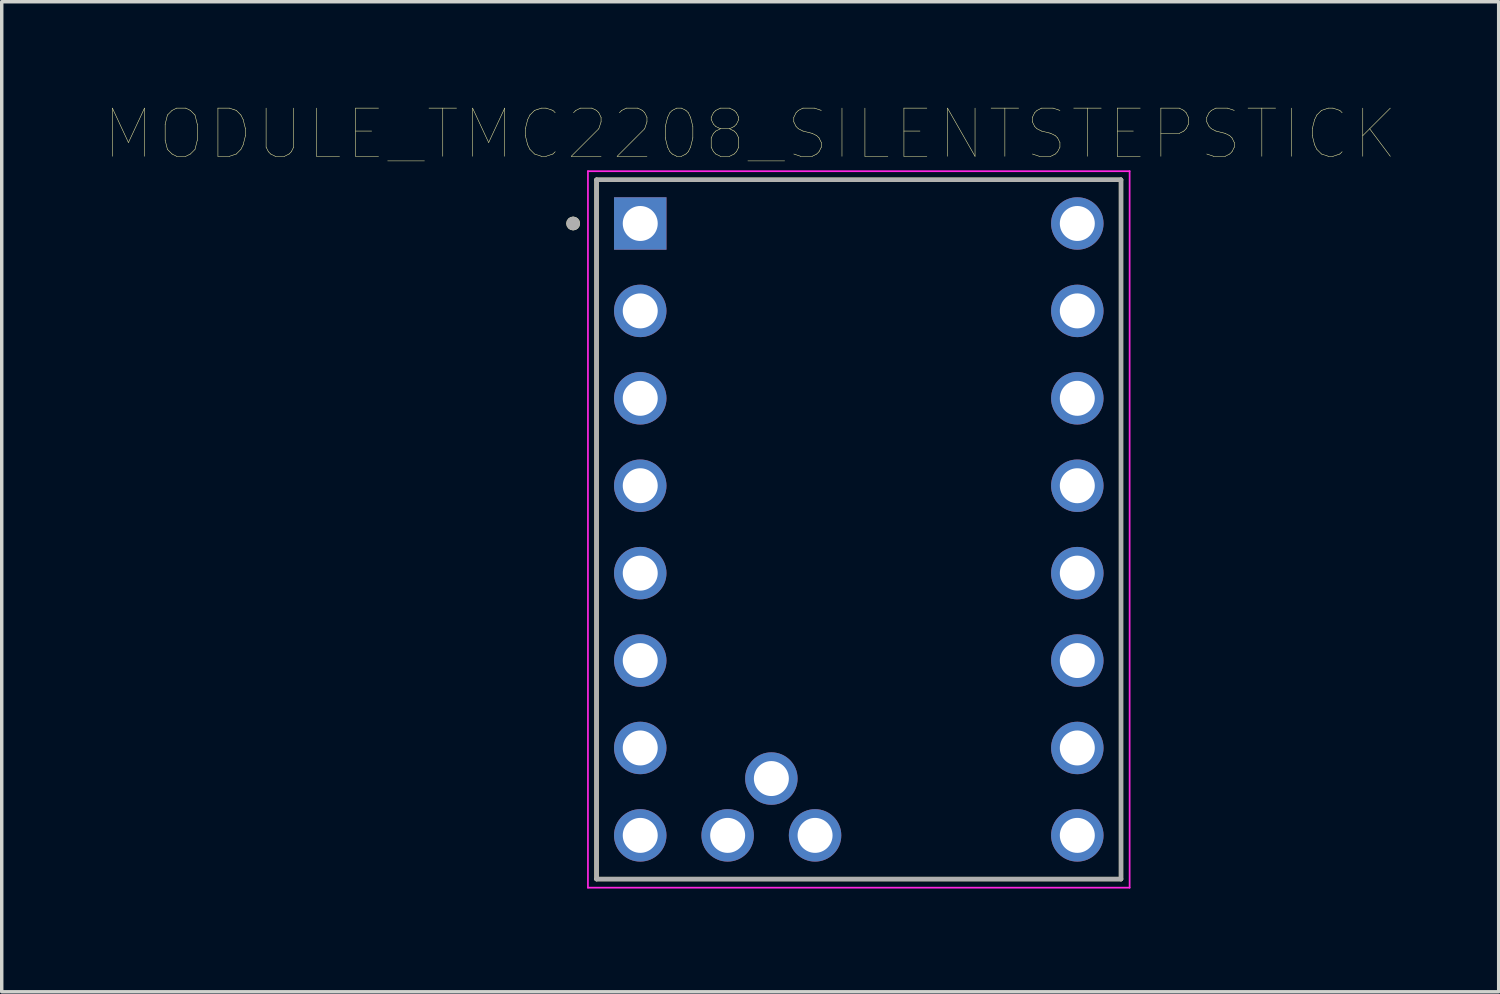
<source format=kicad_pcb>
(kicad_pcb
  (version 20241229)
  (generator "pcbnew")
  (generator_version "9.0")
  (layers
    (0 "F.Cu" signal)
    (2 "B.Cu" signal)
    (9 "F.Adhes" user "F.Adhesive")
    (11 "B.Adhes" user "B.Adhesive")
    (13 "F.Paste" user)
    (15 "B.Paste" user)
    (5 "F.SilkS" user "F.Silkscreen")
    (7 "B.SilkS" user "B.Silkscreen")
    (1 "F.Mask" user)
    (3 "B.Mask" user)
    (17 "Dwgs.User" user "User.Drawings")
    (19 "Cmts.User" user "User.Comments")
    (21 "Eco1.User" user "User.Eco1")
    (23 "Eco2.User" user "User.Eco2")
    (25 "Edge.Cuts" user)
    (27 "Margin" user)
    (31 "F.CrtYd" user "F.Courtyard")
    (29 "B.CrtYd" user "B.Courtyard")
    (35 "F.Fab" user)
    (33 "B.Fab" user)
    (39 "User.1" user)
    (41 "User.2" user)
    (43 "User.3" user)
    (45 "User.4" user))
  (footprint "MODULE_TMC2208_SILENTSTEPSTICK"
    (layer "F.Cu")
    (at 15.554 3.444)
    (property "Reference" "MODULE_TMC2208_SILENTSTEPSTICK" (at 3.195 -2.599 0) (layer "F.SilkS") (effects (font (size 1.4 1.4) (thickness 0.015))))
    (attr through_hole)
    (fp_line (start -1.27 -1.27) (end -1.27 19.05) (stroke (width 0.127) (type solid)) (layer "F.SilkS"))
    (fp_line (start -1.27 19.05) (end 13.97 19.05) (stroke (width 0.127) (type solid)) (layer "F.SilkS"))
    (fp_line (start 13.97 -1.27) (end -1.27 -1.27) (stroke (width 0.127) (type solid)) (layer "F.SilkS"))
    (fp_line (start 13.97 19.05) (end 13.97 -1.27) (stroke (width 0.127) (type solid)) (layer "F.SilkS"))
    (fp_circle (center -1.95 0) (end -1.85 0) (stroke (width 0.2) (type solid)) (fill no) (layer "F.SilkS"))
    (fp_line (start -1.52 -1.52) (end -1.52 19.3) (stroke (width 0.05) (type solid)) (layer "F.CrtYd"))
    (fp_line (start -1.52 -1.52) (end 14.22 -1.52) (stroke (width 0.05) (type solid)) (layer "F.CrtYd"))
    (fp_line (start -1.52 19.3) (end 14.22 19.3) (stroke (width 0.05) (type solid)) (layer "F.CrtYd"))
    (fp_line (start 14.22 -1.52) (end 14.22 19.3) (stroke (width 0.05) (type solid)) (layer "F.CrtYd"))
    (fp_line (start -1.27 -1.27) (end -1.27 19.05) (stroke (width 0.127) (type solid)) (layer "F.Fab"))
    (fp_line (start -1.27 19.05) (end 13.97 19.05) (stroke (width 0.127) (type solid)) (layer "F.Fab"))
    (fp_line (start 13.97 -1.27) (end -1.27 -1.27) (stroke (width 0.127) (type solid)) (layer "F.Fab"))
    (fp_line (start 13.97 19.05) (end 13.97 -1.27) (stroke (width 0.127) (type solid)) (layer "F.Fab"))
    (fp_circle (center -1.95 0) (end -1.85 0) (stroke (width 0.2) (type solid)) (fill no) (layer "F.Fab"))
    (pad "JP1_1" thru_hole rect (at 0 0) (size 1.524 1.524) (drill 1.016) (layers "*.Cu" "*.Mask"))
    (pad "JP1_2" thru_hole circle (at 0 2.54) (size 1.524 1.524) (drill 1.016) (layers "*.Cu" "*.Mask"))
    (pad "JP1_3" thru_hole circle (at 0 5.08) (size 1.524 1.524) (drill 1.016) (layers "*.Cu" "*.Mask"))
    (pad "JP1_4" thru_hole circle (at 0 7.62) (size 1.524 1.524) (drill 1.016) (layers "*.Cu" "*.Mask"))
    (pad "JP1_5" thru_hole circle (at 0 10.16) (size 1.524 1.524) (drill 1.016) (layers "*.Cu" "*.Mask"))
    (pad "JP1_6" thru_hole circle (at 0 12.7) (size 1.524 1.524) (drill 1.016) (layers "*.Cu" "*.Mask"))
    (pad "JP1_7" thru_hole circle (at 0 15.24) (size 1.524 1.524) (drill 1.016) (layers "*.Cu" "*.Mask"))
    (pad "JP1_8" thru_hole circle (at 0 17.78) (size 1.524 1.524) (drill 1.016) (layers "*.Cu" "*.Mask"))
    (pad "JP2_1" thru_hole circle (at 12.7 17.78) (size 1.524 1.524) (drill 1.016) (layers "*.Cu" "*.Mask"))
    (pad "JP2_2" thru_hole circle (at 12.7 15.24) (size 1.524 1.524) (drill 1.016) (layers "*.Cu" "*.Mask"))
    (pad "JP2_3" thru_hole circle (at 12.7 12.7) (size 1.524 1.524) (drill 1.016) (layers "*.Cu" "*.Mask"))
    (pad "JP2_4" thru_hole circle (at 12.7 10.16) (size 1.524 1.524) (drill 1.016) (layers "*.Cu" "*.Mask"))
    (pad "JP2_5" thru_hole circle (at 12.7 7.62) (size 1.524 1.524) (drill 1.016) (layers "*.Cu" "*.Mask"))
    (pad "JP2_6" thru_hole circle (at 12.7 5.08) (size 1.524 1.524) (drill 1.016) (layers "*.Cu" "*.Mask"))
    (pad "JP2_7" thru_hole circle (at 12.7 2.54) (size 1.524 1.524) (drill 1.016) (layers "*.Cu" "*.Mask"))
    (pad "JP2_8" thru_hole circle (at 12.7 0) (size 1.524 1.524) (drill 1.016) (layers "*.Cu" "*.Mask"))
    (pad "JP3_1" thru_hole circle (at 3.81 16.129) (size 1.524 1.524) (drill 1.016) (layers "*.Cu" "*.Mask"))
    (pad "JP4_1" thru_hole circle (at 5.08 17.78) (size 1.524 1.524) (drill 1.016) (layers "*.Cu" "*.Mask"))
    (pad "JP5_1" thru_hole circle (at 2.54 17.78) (size 1.524 1.524) (drill 1.016) (layers "*.Cu" "*.Mask")))
  (gr_rect
    (start -3 -3)
    (end 40.498 25.769)
    (stroke (width 0.1) (type default))
    (fill no)
    (layer "Edge.Cuts")))
</source>
